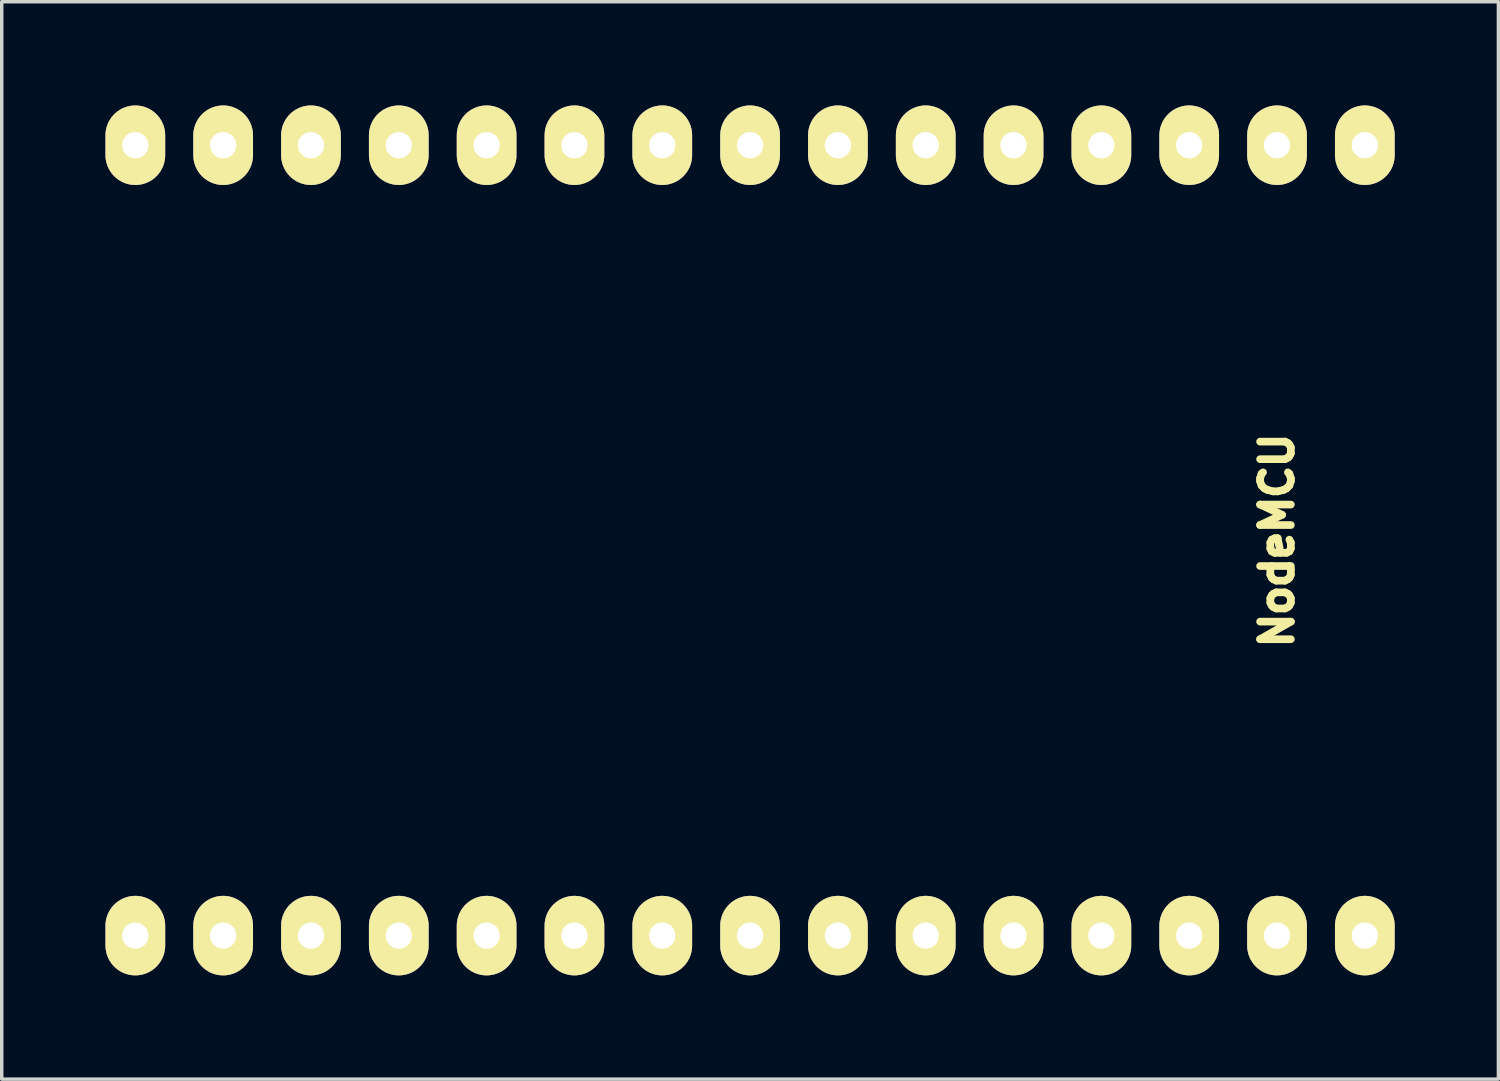
<source format=kicad_pcb>
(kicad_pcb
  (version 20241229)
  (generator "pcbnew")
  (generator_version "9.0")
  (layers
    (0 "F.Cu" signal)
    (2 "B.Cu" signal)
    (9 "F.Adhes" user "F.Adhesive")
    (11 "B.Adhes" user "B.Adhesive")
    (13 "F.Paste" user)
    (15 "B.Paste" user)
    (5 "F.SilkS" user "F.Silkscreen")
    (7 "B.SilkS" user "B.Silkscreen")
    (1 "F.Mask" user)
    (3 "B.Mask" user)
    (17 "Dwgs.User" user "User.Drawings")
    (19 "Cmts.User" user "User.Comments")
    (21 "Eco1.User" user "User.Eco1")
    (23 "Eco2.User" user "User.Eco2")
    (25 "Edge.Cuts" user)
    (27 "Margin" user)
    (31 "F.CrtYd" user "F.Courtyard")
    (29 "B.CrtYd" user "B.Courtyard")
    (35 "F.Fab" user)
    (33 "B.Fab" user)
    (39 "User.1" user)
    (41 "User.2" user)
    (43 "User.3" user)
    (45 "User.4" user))
  (footprint "NodeMCU"
    (layer "F.Cu")
    (at 18.644 12.58)
    (property "Reference" "NodeMCU" (at 15.24 0 270) (layer "F.SilkS") (effects (font (size 0.889 0.889) (thickness 0.305))))
    (attr through_hole)
    (pad "1" thru_hole oval (at 17.78 11.43) (size 1.727 2.3) (drill 0.762) (layers "*.Cu" "*.Mask" "F.SilkS"))
    (pad "2" thru_hole oval (at 15.24 11.43) (size 1.727 2.3) (drill 0.762) (layers "*.Cu" "*.Mask" "F.SilkS"))
    (pad "3" thru_hole oval (at 12.7 11.43) (size 1.727 2.3) (drill 0.762) (layers "*.Cu" "*.Mask" "F.SilkS"))
    (pad "4" thru_hole oval (at 10.16 11.43) (size 1.727 2.3) (drill 0.762) (layers "*.Cu" "*.Mask" "F.SilkS"))
    (pad "5" thru_hole oval (at 7.62 11.43) (size 1.727 2.3) (drill 0.762) (layers "*.Cu" "*.Mask" "F.SilkS"))
    (pad "6" thru_hole oval (at 5.08 11.43) (size 1.727 2.3) (drill 0.762) (layers "*.Cu" "*.Mask" "F.SilkS"))
    (pad "7" thru_hole oval (at 2.54 11.43) (size 1.727 2.3) (drill 0.762) (layers "*.Cu" "*.Mask" "F.SilkS"))
    (pad "8" thru_hole oval (at 0 11.43) (size 1.727 2.3) (drill 0.762) (layers "*.Cu" "*.Mask" "F.SilkS"))
    (pad "9" thru_hole oval (at -2.54 11.43) (size 1.727 2.3) (drill 0.762) (layers "*.Cu" "*.Mask" "F.SilkS"))
    (pad "10" thru_hole oval (at -5.08 11.43) (size 1.727 2.3) (drill 0.762) (layers "*.Cu" "*.Mask" "F.SilkS"))
    (pad "11" thru_hole oval (at -7.62 11.43) (size 1.727 2.3) (drill 0.762) (layers "*.Cu" "*.Mask" "F.SilkS"))
    (pad "12" thru_hole oval (at -10.16 11.43) (size 1.727 2.3) (drill 0.762) (layers "*.Cu" "*.Mask" "F.SilkS"))
    (pad "13" thru_hole oval (at -12.7 11.43) (size 1.727 2.3) (drill 0.762) (layers "*.Cu" "*.Mask" "F.SilkS"))
    (pad "14" thru_hole oval (at -15.24 11.43) (size 1.727 2.3) (drill 0.762) (layers "*.Cu" "*.Mask" "F.SilkS"))
    (pad "15" thru_hole oval (at -17.78 11.43) (size 1.727 2.3) (drill 0.762) (layers "*.Cu" "*.Mask" "F.SilkS"))
    (pad "16" thru_hole oval (at -17.78 -11.43) (size 1.727 2.3) (drill 0.762) (layers "*.Cu" "*.Mask" "F.SilkS"))
    (pad "17" thru_hole oval (at -15.24 -11.43) (size 1.727 2.3) (drill 0.762) (layers "*.Cu" "*.Mask" "F.SilkS"))
    (pad "18" thru_hole oval (at -12.7 -11.43) (size 1.727 2.3) (drill 0.762) (layers "*.Cu" "*.Mask" "F.SilkS"))
    (pad "19" thru_hole oval (at -10.16 -11.43) (size 1.727 2.3) (drill 0.762) (layers "*.Cu" "*.Mask" "F.SilkS"))
    (pad "20" thru_hole oval (at -7.62 -11.43) (size 1.727 2.3) (drill 0.762) (layers "*.Cu" "*.Mask" "F.SilkS"))
    (pad "21" thru_hole oval (at -5.08 -11.43) (size 1.727 2.3) (drill 0.762) (layers "*.Cu" "*.Mask" "F.SilkS"))
    (pad "22" thru_hole oval (at -2.54 -11.43) (size 1.727 2.3) (drill 0.762) (layers "*.Cu" "*.Mask" "F.SilkS"))
    (pad "23" thru_hole oval (at 0 -11.43) (size 1.727 2.3) (drill 0.762) (layers "*.Cu" "*.Mask" "F.SilkS"))
    (pad "24" thru_hole oval (at 2.54 -11.43) (size 1.727 2.3) (drill 0.762) (layers "*.Cu" "*.Mask" "F.SilkS"))
    (pad "25" thru_hole oval (at 5.08 -11.43) (size 1.727 2.3) (drill 0.762) (layers "*.Cu" "*.Mask" "F.SilkS"))
    (pad "26" thru_hole oval (at 7.62 -11.43) (size 1.727 2.3) (drill 0.762) (layers "*.Cu" "*.Mask" "F.SilkS"))
    (pad "27" thru_hole oval (at 10.16 -11.43) (size 1.727 2.3) (drill 0.762) (layers "*.Cu" "*.Mask" "F.SilkS"))
    (pad "28" thru_hole oval (at 12.7 -11.43) (size 1.727 2.3) (drill 0.762) (layers "*.Cu" "*.Mask" "F.SilkS"))
    (pad "29" thru_hole oval (at 15.24 -11.43) (size 1.727 2.3) (drill 0.762) (layers "*.Cu" "*.Mask" "F.SilkS"))
    (pad "30" thru_hole oval (at 17.78 -11.43) (size 1.727 2.3) (drill 0.762) (layers "*.Cu" "*.Mask" "F.SilkS")))
  (gr_rect
    (start -3 -3)
    (end 40.287 28.16)
    (stroke (width 0.1) (type default))
    (fill no)
    (layer "Edge.Cuts")))
</source>
